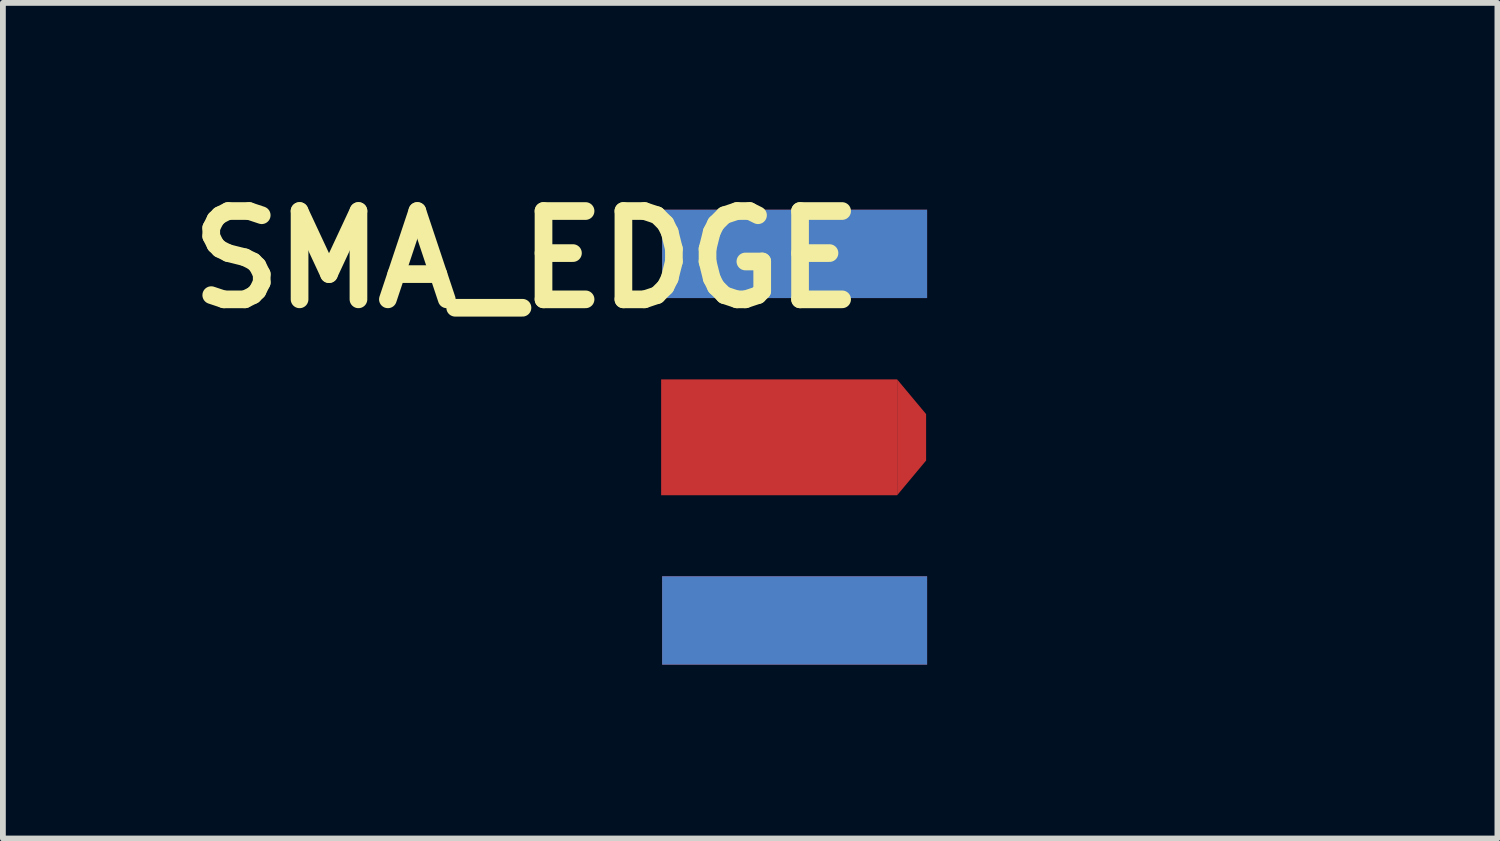
<source format=kicad_pcb>
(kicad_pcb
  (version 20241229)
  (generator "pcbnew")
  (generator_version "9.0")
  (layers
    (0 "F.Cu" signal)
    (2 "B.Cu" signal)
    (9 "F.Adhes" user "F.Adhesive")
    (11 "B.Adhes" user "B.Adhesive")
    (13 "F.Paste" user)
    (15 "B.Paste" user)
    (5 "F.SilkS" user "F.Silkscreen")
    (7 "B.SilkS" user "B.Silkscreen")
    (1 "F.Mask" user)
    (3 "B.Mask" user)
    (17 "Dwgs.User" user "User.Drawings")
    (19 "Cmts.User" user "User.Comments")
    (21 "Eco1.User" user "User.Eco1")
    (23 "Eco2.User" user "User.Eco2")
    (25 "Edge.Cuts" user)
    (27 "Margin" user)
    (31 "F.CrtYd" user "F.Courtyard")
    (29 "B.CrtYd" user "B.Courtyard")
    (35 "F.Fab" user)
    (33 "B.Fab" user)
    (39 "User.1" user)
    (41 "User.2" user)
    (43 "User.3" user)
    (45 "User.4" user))
  (footprint "SMA_EDGE"
    (layer "F.Cu")
    (at 19.538 3.226)
    (property "Reference" "SMA_EDGE" (at -13.5 -1.8 0) (layer "F.SilkS") (effects (font (size 1.524 1.524) (thickness 0.305))))
    (attr through_hole)
    (pad "0" connect rect (at -8.877 -1.895) (size 4.572 1.524) (layers "*.Cu" "F.Mask"))
    (pad "1" connect rect (at -9.144 1.27) (size 4.072 1.999) (layers "F.Cu" "F.Mask"))
    (pad "1" connect trapezoid (at -6.858 1.27) (size 0.5 1.4) (rect_delta 0.599 0) (layers "F.Cu" "F.Mask"))
    (pad "2" connect rect (at -8.877 4.43) (size 4.572 1.524) (layers "*.Cu" "F.Mask")))
  (gr_rect
    (start -3 -3)
    (end 22.788 11.418)
    (stroke (width 0.1) (type default))
    (fill no)
    (layer "Edge.Cuts")))
</source>
